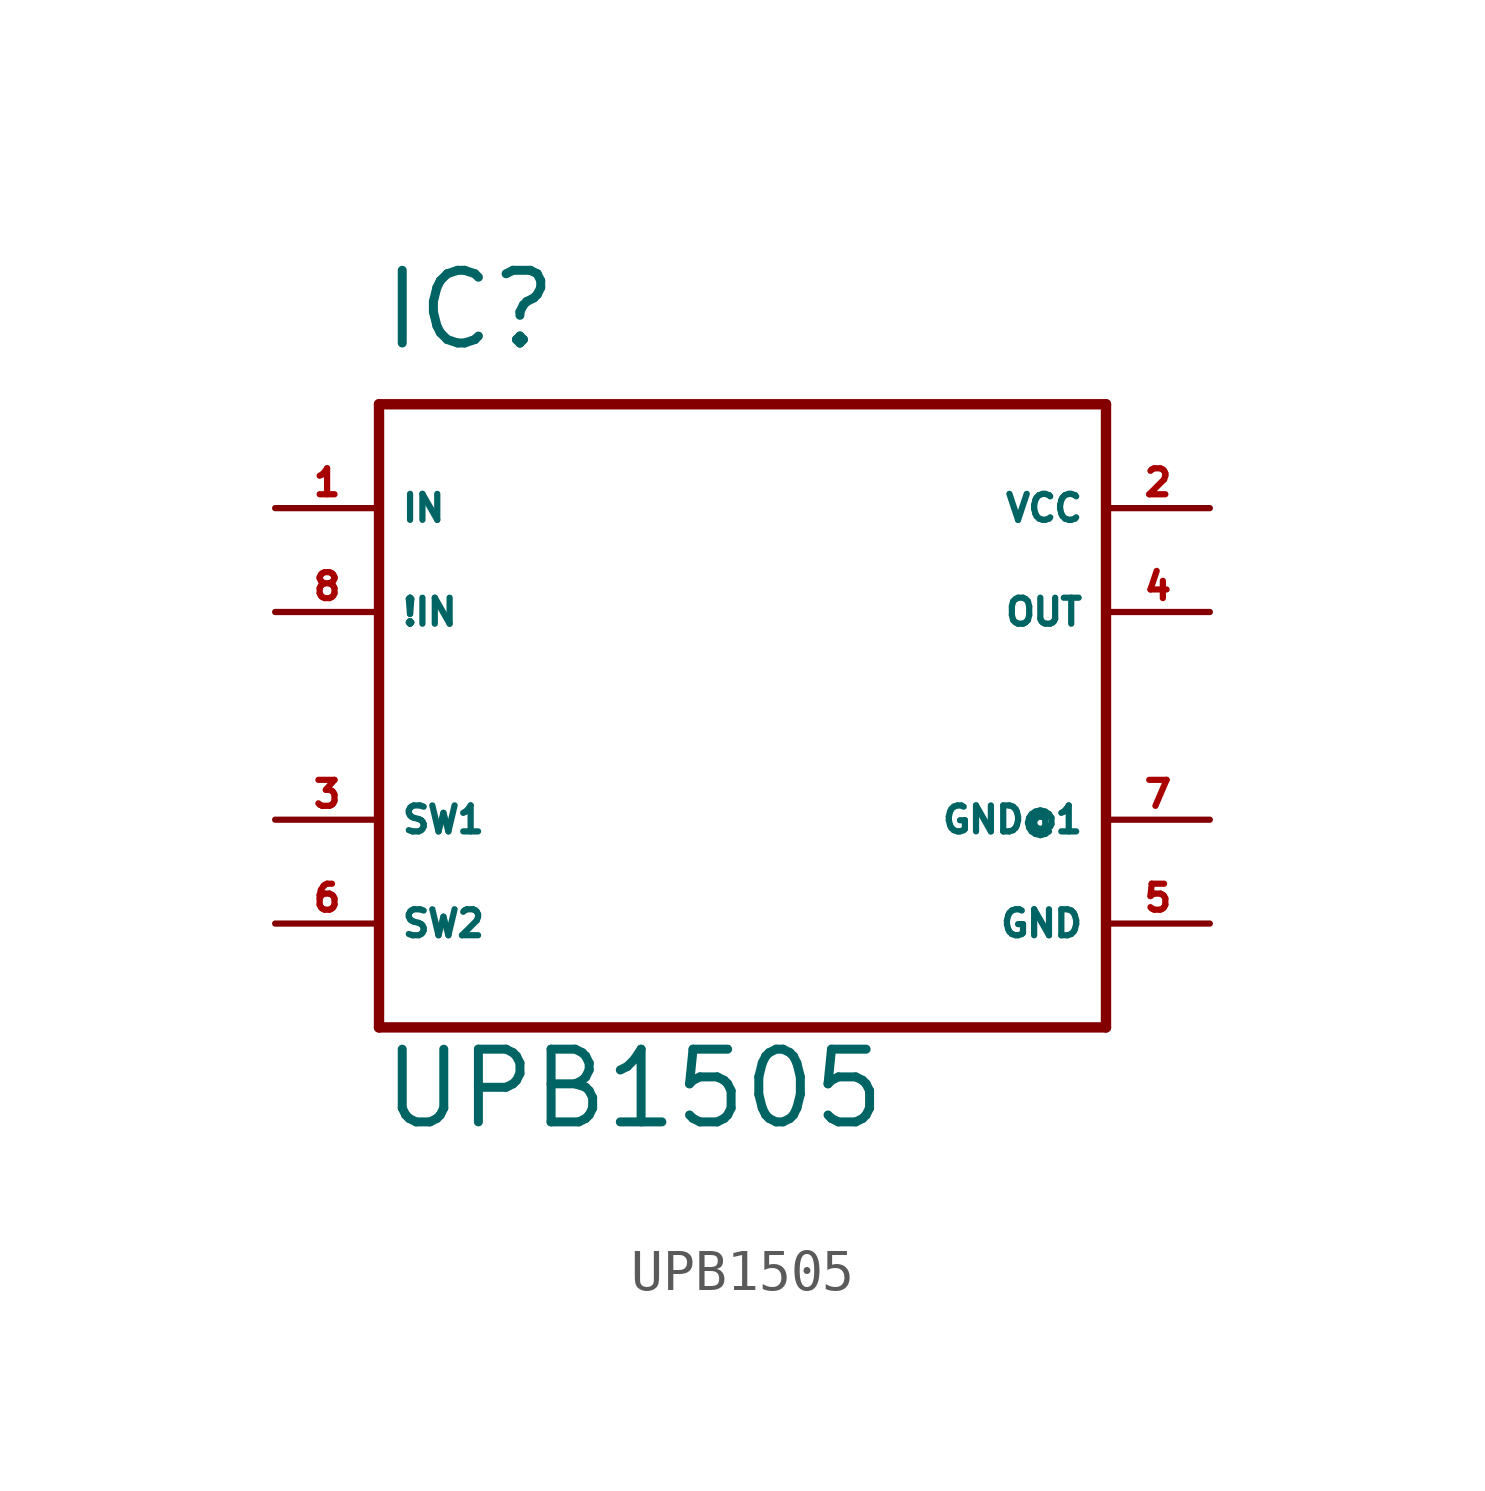
<source format=kicad_sym>
(kicad_symbol_lib
  (version 20220914)
  (generator Eagle2Kicad)
  (symbol "UPB1505"
    (property "Reference" "IC"
      (at -7.62 8.89 0)
      (effects (font (size 1.778 1.778) (thickness 0.22)) (justify left bottom)))
    (property "Value" "UPB1505"
      (at -7.62 -10.16 0)
      (effects (font (size 1.778 1.778) (thickness 0.22)) (justify left bottom)))
    (polyline
      (pts (xy -7.62 7.62) (xy 10.16 7.62))
      (stroke (width 0.254) (type default))
      (fill (type none)))
    (polyline
      (pts (xy 10.16 7.62) (xy 10.16 -7.62))
      (stroke (width 0.254) (type default))
      (fill (type none)))
    (polyline
      (pts (xy 10.16 -7.62) (xy -7.62 -7.62))
      (stroke (width 0.254) (type default))
      (fill (type none)))
    (polyline
      (pts (xy -7.62 -7.62) (xy -7.62 7.62))
      (stroke (width 0.254) (type default))
      (fill (type none)))
    (pin input line
      (at -10.16 5.08 0)
      (length 2.54)
      (name "IN" (effects (font (size 0.635 0.635) (thickness 0.08)) (justify left bottom)))
      (number "1" (effects (font (size 0.635 0.635) (thickness 0.08)) (justify left bottom))))
    (pin unspecified line
      (at 12.7 5.08 180)
      (length 2.54)
      (name "VCC" (effects (font (size 0.635 0.635) (thickness 0.08)) (justify left bottom)))
      (number "2" (effects (font (size 0.635 0.635) (thickness 0.08)) (justify left bottom))))
    (pin input line
      (at -10.16 -2.54 0)
      (length 2.54)
      (name "SW1" (effects (font (size 0.635 0.635) (thickness 0.08)) (justify left bottom)))
      (number "3" (effects (font (size 0.635 0.635) (thickness 0.08)) (justify left bottom))))
    (pin output line
      (at 12.7 2.54 180)
      (length 2.54)
      (name "OUT" (effects (font (size 0.635 0.635) (thickness 0.08)) (justify left bottom)))
      (number "4" (effects (font (size 0.635 0.635) (thickness 0.08)) (justify left bottom))))
    (pin unspecified line
      (at 12.7 -5.08 180)
      (length 2.54)
      (name "GND" (effects (font (size 0.635 0.635) (thickness 0.08)) (justify left bottom)))
      (number "5" (effects (font (size 0.635 0.635) (thickness 0.08)) (justify left bottom))))
    (pin input line
      (at -10.16 -5.08 0)
      (length 2.54)
      (name "SW2" (effects (font (size 0.635 0.635) (thickness 0.08)) (justify left bottom)))
      (number "6" (effects (font (size 0.635 0.635) (thickness 0.08)) (justify left bottom))))
    (pin unspecified line
      (at 12.7 -2.54 180)
      (length 2.54)
      (name "GND@1" (effects (font (size 0.635 0.635) (thickness 0.08)) (justify left bottom)))
      (number "7" (effects (font (size 0.635 0.635) (thickness 0.08)) (justify left bottom))))
    (pin input line
      (at -10.16 2.54 0)
      (length 2.54)
      (name "!IN" (effects (font (size 0.635 0.635) (thickness 0.08)) (justify left bottom)))
      (number "8" (effects (font (size 0.635 0.635) (thickness 0.08)) (justify left bottom))))))
</source>
